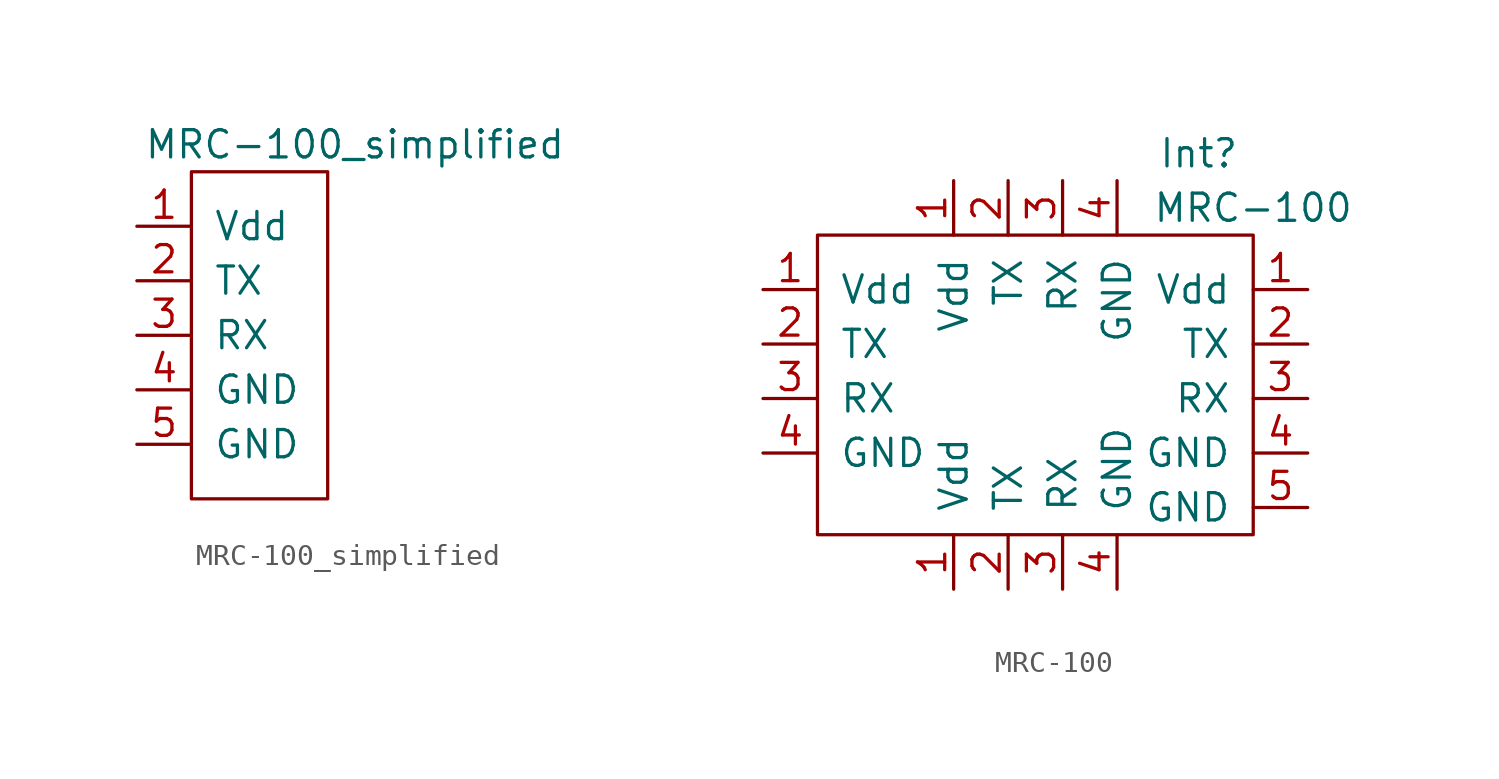
<source format=kicad_sym>
(kicad_symbol_lib
  (version 20211014)
  (generator kicad_symbol_editor)
  (symbol "MRC-100_simplified"
    (pin_names
      (offset 1.016))
    (property "Reference" "Int"
      (at 0 11.43 0)
      (effects (font (size 1.27 1.27)) hide))
    (property "Value" "MRC-100_simplified"
      (at 6.35 8.89 0)
      (effects (font (size 1.27 1.27))))
    (symbol "MRC-100_simplified_0_1"
      (rectangle (start -1.27 7.62) (end 5.08 -7.62) (stroke (width 0) (type default) (color 0 0 0 0)) (fill (type none))))
    (symbol "MRC-100_simplified_1_1"
      (pin input line (at -3.81 5.08 0) (length 2.54) (name "Vdd" (effects (font (size 1.27 1.27)))) (number "1" (effects (font (size 1.27 1.27)))))
      (pin output line (at -3.81 2.54 0) (length 2.54) (name "TX" (effects (font (size 1.27 1.27)))) (number "2" (effects (font (size 1.27 1.27)))))
      (pin input line (at -3.81 0 0) (length 2.54) (name "RX" (effects (font (size 1.27 1.27)))) (number "3" (effects (font (size 1.27 1.27)))))
      (pin input line (at -3.81 -2.54 0) (length 2.54) (name "GND" (effects (font (size 1.27 1.27)))) (number "4" (effects (font (size 1.27 1.27)))))
      (pin input line (at -3.81 -5.08 0) (length 2.54) (name "GND" (effects (font (size 1.27 1.27)))) (number "5" (effects (font (size 1.27 1.27)))))))
  (symbol "MRC-100"
    (pin_names
      (offset 1.016))
    (property "Reference" "Int"
      (at -2.54 3.81 0)
      (effects (font (size 1.27 1.27))))
    (property "Value" "MRC-100"
      (at 0 1.27 0)
      (effects (font (size 1.27 1.27))))
    (symbol "MRC-100_0_1"
      (rectangle (start -20.32 0) (end 0 -13.97) (stroke (width 0) (type default) (color 0 0 0 0)) (fill (type none))))
    (symbol "MRC-100_1_1"
      (pin input line (at -22.86 -2.54 0) (length 2.54) (name "Vdd" (effects (font (size 1.27 1.27)))) (number "1" (effects (font (size 1.27 1.27)))))
      (pin input line (at -13.97 -16.51 90) (length 2.54) (name "Vdd" (effects (font (size 1.27 1.27)))) (number "1" (effects (font (size 1.27 1.27)))))
      (pin input line (at -13.97 2.54 270) (length 2.54) (name "Vdd" (effects (font (size 1.27 1.27)))) (number "1" (effects (font (size 1.27 1.27)))))
      (pin input line (at 2.54 -2.54 180) (length 2.54) (name "Vdd" (effects (font (size 1.27 1.27)))) (number "1" (effects (font (size 1.27 1.27)))))
      (pin output line (at -22.86 -5.08 0) (length 2.54) (name "TX" (effects (font (size 1.27 1.27)))) (number "2" (effects (font (size 1.27 1.27)))))
      (pin output line (at -11.43 -16.51 90) (length 2.54) (name "TX" (effects (font (size 1.27 1.27)))) (number "2" (effects (font (size 1.27 1.27)))))
      (pin output line (at -11.43 2.54 270) (length 2.54) (name "TX" (effects (font (size 1.27 1.27)))) (number "2" (effects (font (size 1.27 1.27)))))
      (pin output line (at 2.54 -5.08 180) (length 2.54) (name "TX" (effects (font (size 1.27 1.27)))) (number "2" (effects (font (size 1.27 1.27)))))
      (pin input line (at -22.86 -7.62 0) (length 2.54) (name "RX" (effects (font (size 1.27 1.27)))) (number "3" (effects (font (size 1.27 1.27)))))
      (pin input line (at -8.89 -16.51 90) (length 2.54) (name "RX" (effects (font (size 1.27 1.27)))) (number "3" (effects (font (size 1.27 1.27)))))
      (pin input line (at -8.89 2.54 270) (length 2.54) (name "RX" (effects (font (size 1.27 1.27)))) (number "3" (effects (font (size 1.27 1.27)))))
      (pin input line (at 2.54 -7.62 180) (length 2.54) (name "RX" (effects (font (size 1.27 1.27)))) (number "3" (effects (font (size 1.27 1.27)))))
      (pin input line (at -22.86 -10.16 0) (length 2.54) (name "GND" (effects (font (size 1.27 1.27)))) (number "4" (effects (font (size 1.27 1.27)))))
      (pin input line (at -6.35 -16.51 90) (length 2.54) (name "GND" (effects (font (size 1.27 1.27)))) (number "4" (effects (font (size 1.27 1.27)))))
      (pin input line (at -6.35 2.54 270) (length 2.54) (name "GND" (effects (font (size 1.27 1.27)))) (number "4" (effects (font (size 1.27 1.27)))))
      (pin input line (at 2.54 -10.16 180) (length 2.54) (name "GND" (effects (font (size 1.27 1.27)))) (number "4" (effects (font (size 1.27 1.27)))))
      (pin input line (at 2.54 -12.7 180) (length 2.54) (name "GND" (effects (font (size 1.27 1.27)))) (number "5" (effects (font (size 1.27 1.27))))))))
</source>
